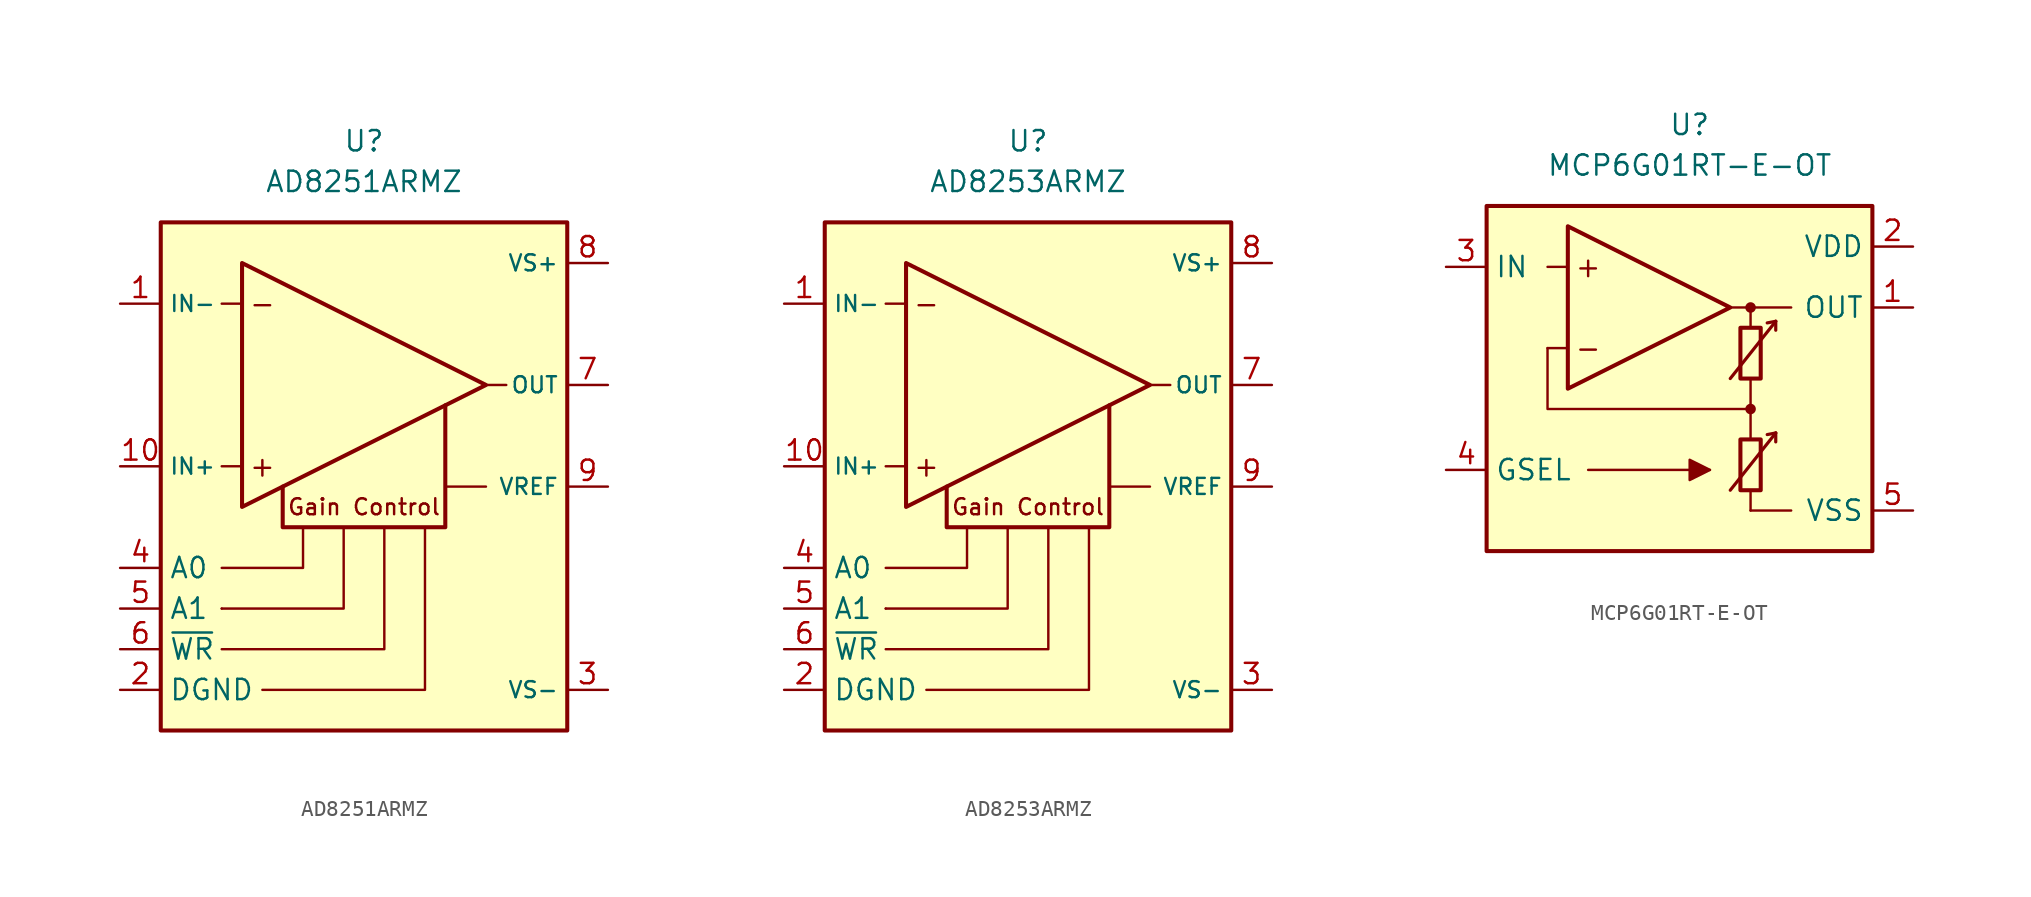
<source format=kicad_sym>
(kicad_symbol_lib
  (version 20211014)
  (generator kicad_symbol_editor)
  (symbol "AD8251ARMZ"
    (property "Reference" "U"
      (at 0 21.59 0)
      (effects (font (size 1.27 1.27))))
    (property "Value" "AD8251ARMZ"
      (at 0 19.05 0)
      (effects (font (size 1.27 1.27))))
    (symbol "AD8251ARMZ_1_0"
      (rectangle (start -12.7 16.51) (end 12.7 -15.24) (stroke (width 0.254) (type default) (color 0 0 0 0)) (fill (type background))))
    (symbol "AD8251ARMZ_1_1"
      (polyline (pts (xy -8.89 -7.62) (xy -8.89 -7.62)) (stroke (width 0.152) (type default) (color 0 0 0 0)) (fill (type none)))
      (polyline (pts (xy -7.62 1.27) (xy -8.89 1.27)) (stroke (width 0.152) (type default) (color 0 0 0 0)) (fill (type none)))
      (polyline (pts (xy -7.62 11.43) (xy -8.89 11.43)) (stroke (width 0.152) (type default) (color 0 0 0 0)) (fill (type none)))
      (polyline (pts (xy 5.08 0) (xy 7.62 0)) (stroke (width 0.152) (type default) (color 0 0 0 0)) (fill (type none)))
      (polyline (pts (xy 7.62 6.35) (xy 8.89 6.35)) (stroke (width 0.152) (type default) (color 0 0 0 0)) (fill (type none)))
      (polyline (pts (xy -8.89 -7.62) (xy -1.27 -7.62) (xy -1.27 -2.54)) (stroke (width 0.152) (type default) (color 0 0 0 0)) (fill (type none)))
      (polyline (pts (xy -6.35 -12.7) (xy 3.81 -12.7) (xy 3.81 -2.54)) (stroke (width 0.152) (type default) (color 0 0 0 0)) (fill (type none)))
      (polyline (pts (xy -3.81 -2.54) (xy -3.81 -5.08) (xy -8.89 -5.08)) (stroke (width 0.152) (type default) (color 0 0 0 0)) (fill (type none)))
      (polyline (pts (xy 1.27 -2.54) (xy 1.27 -10.16) (xy -8.89 -10.16)) (stroke (width 0.152) (type default) (color 0 0 0 0)) (fill (type none)))
      (polyline (pts (xy -7.62 13.97) (xy -7.62 -1.27) (xy 7.62 6.35) (xy -7.62 13.97)) (stroke (width 0.254) (type default) (color 0 0 0 0)) (fill (type none)))
      (polyline (pts (xy 5.08 5.08) (xy 5.08 -2.54) (xy -5.08 -2.54) (xy -5.08 0)) (stroke (width 0.254) (type default) (color 0 0 0 0)) (fill (type none)))
      (text "+" (at -6.35 1.27 0) (effects (font (size 1.27 1.27))))
      (text "-" (at -6.35 11.43 0) (effects (font (size 1.27 1.27))))
      (text "Gain Control" (at 0 -1.27 0) (effects (font (size 1 1))))
      (pin input line (at -15.24 11.43 0) (length 2.54) (name "IN-" (effects (font (size 1 1)))) (number "1" (effects (font (size 1.27 1.27)))))
      (pin input line (at -15.24 1.27 0) (length 2.54) (name "IN+" (effects (font (size 1 1)))) (number "10" (effects (font (size 1.27 1.27)))))
      (pin power_in line (at -15.24 -12.7 0) (length 2.54) (name "DGND" (effects (font (size 1.27 1.27)))) (number "2" (effects (font (size 1.27 1.27)))))
      (pin power_in line (at 15.24 -12.7 180) (length 2.54) (name "VS-" (effects (font (size 1 1)))) (number "3" (effects (font (size 1.27 1.27)))))
      (pin input line (at -15.24 -5.08 0) (length 2.54) (name "A0" (effects (font (size 1.27 1.27)))) (number "4" (effects (font (size 1.27 1.27)))))
      (pin input line (at -15.24 -7.62 0) (length 2.54) (name "A1" (effects (font (size 1.27 1.27)))) (number "5" (effects (font (size 1.27 1.27)))))
      (pin input line (at -15.24 -10.16 0) (length 2.54) (name "~{WR}" (effects (font (size 1.27 1.27)))) (number "6" (effects (font (size 1.27 1.27)))))
      (pin output line (at 15.24 6.35 180) (length 2.54) (name "OUT" (effects (font (size 1 1)))) (number "7" (effects (font (size 1.27 1.27)))))
      (pin power_in line (at 15.24 13.97 180) (length 2.54) (name "VS+" (effects (font (size 1 1)))) (number "8" (effects (font (size 1.27 1.27)))))
      (pin input line (at 15.24 0 180) (length 2.54) (name "VREF" (effects (font (size 1 1)))) (number "9" (effects (font (size 1.27 1.27)))))))
  (symbol "AD8253ARMZ"
    (property "Reference" "U"
      (at 0 21.59 0)
      (effects (font (size 1.27 1.27))))
    (property "Value" "AD8253ARMZ"
      (at 0 19.05 0)
      (effects (font (size 1.27 1.27))))
    (symbol "AD8253ARMZ_1_0"
      (rectangle (start -12.7 16.51) (end 12.7 -15.24) (stroke (width 0.254) (type default) (color 0 0 0 0)) (fill (type background))))
    (symbol "AD8253ARMZ_1_1"
      (polyline (pts (xy -8.89 -7.62) (xy -8.89 -7.62)) (stroke (width 0.152) (type default) (color 0 0 0 0)) (fill (type none)))
      (polyline (pts (xy -7.62 1.27) (xy -8.89 1.27)) (stroke (width 0.152) (type default) (color 0 0 0 0)) (fill (type none)))
      (polyline (pts (xy -7.62 11.43) (xy -8.89 11.43)) (stroke (width 0.152) (type default) (color 0 0 0 0)) (fill (type none)))
      (polyline (pts (xy 5.08 0) (xy 7.62 0)) (stroke (width 0.152) (type default) (color 0 0 0 0)) (fill (type none)))
      (polyline (pts (xy 7.62 6.35) (xy 8.89 6.35)) (stroke (width 0.152) (type default) (color 0 0 0 0)) (fill (type none)))
      (polyline (pts (xy -8.89 -7.62) (xy -1.27 -7.62) (xy -1.27 -2.54)) (stroke (width 0.152) (type default) (color 0 0 0 0)) (fill (type none)))
      (polyline (pts (xy -6.35 -12.7) (xy 3.81 -12.7) (xy 3.81 -2.54)) (stroke (width 0.152) (type default) (color 0 0 0 0)) (fill (type none)))
      (polyline (pts (xy -3.81 -2.54) (xy -3.81 -5.08) (xy -8.89 -5.08)) (stroke (width 0.152) (type default) (color 0 0 0 0)) (fill (type none)))
      (polyline (pts (xy 1.27 -2.54) (xy 1.27 -10.16) (xy -8.89 -10.16)) (stroke (width 0.152) (type default) (color 0 0 0 0)) (fill (type none)))
      (polyline (pts (xy -7.62 13.97) (xy -7.62 -1.27) (xy 7.62 6.35) (xy -7.62 13.97)) (stroke (width 0.254) (type default) (color 0 0 0 0)) (fill (type none)))
      (polyline (pts (xy 5.08 5.08) (xy 5.08 -2.54) (xy -5.08 -2.54) (xy -5.08 0)) (stroke (width 0.254) (type default) (color 0 0 0 0)) (fill (type none)))
      (text "+" (at -6.35 1.27 0) (effects (font (size 1.27 1.27))))
      (text "-" (at -6.35 11.43 0) (effects (font (size 1.27 1.27))))
      (text "Gain Control" (at 0 -1.27 0) (effects (font (size 1 1))))
      (pin input line (at -15.24 11.43 0) (length 2.54) (name "IN-" (effects (font (size 1 1)))) (number "1" (effects (font (size 1.27 1.27)))))
      (pin input line (at -15.24 1.27 0) (length 2.54) (name "IN+" (effects (font (size 1 1)))) (number "10" (effects (font (size 1.27 1.27)))))
      (pin power_in line (at -15.24 -12.7 0) (length 2.54) (name "DGND" (effects (font (size 1.27 1.27)))) (number "2" (effects (font (size 1.27 1.27)))))
      (pin power_in line (at 15.24 -12.7 180) (length 2.54) (name "VS-" (effects (font (size 1 1)))) (number "3" (effects (font (size 1.27 1.27)))))
      (pin input line (at -15.24 -5.08 0) (length 2.54) (name "A0" (effects (font (size 1.27 1.27)))) (number "4" (effects (font (size 1.27 1.27)))))
      (pin input line (at -15.24 -7.62 0) (length 2.54) (name "A1" (effects (font (size 1.27 1.27)))) (number "5" (effects (font (size 1.27 1.27)))))
      (pin input line (at -15.24 -10.16 0) (length 2.54) (name "~{WR}" (effects (font (size 1.27 1.27)))) (number "6" (effects (font (size 1.27 1.27)))))
      (pin output line (at 15.24 6.35 180) (length 2.54) (name "OUT" (effects (font (size 1 1)))) (number "7" (effects (font (size 1.27 1.27)))))
      (pin power_in line (at 15.24 13.97 180) (length 2.54) (name "VS+" (effects (font (size 1 1)))) (number "8" (effects (font (size 1.27 1.27)))))
      (pin input line (at 15.24 0 180) (length 2.54) (name "VREF" (effects (font (size 1 1)))) (number "9" (effects (font (size 1.27 1.27)))))))
  (symbol "MCP6G01RT-E-OT"
    (property "Reference" "U"
      (at 0 16.51 0)
      (effects (font (size 1.27 1.27))))
    (property "Value" "MCP6G01RT-E-OT"
      (at 0 13.97 0)
      (effects (font (size 1.27 1.27))))
    (symbol "MCP6G01RT-E-OT_0_0"
      (rectangle (start -12.7 11.43) (end 11.43 -10.16) (stroke (width 0.254) (type default) (color 0 0 0 0)) (fill (type background)))
      (polyline (pts (xy 3.81 -3.81)) (stroke (width 0.152) (type default) (color 0 0 0 0)) (fill (type none)))
      (polyline (pts (xy 3.81 3.81)) (stroke (width 0.152) (type default) (color 0 0 0 0)) (fill (type none)))
      (polyline (pts (xy -7.62 2.54) (xy -8.89 2.54)) (stroke (width 0.152) (type default) (color 0 0 0 0)) (fill (type none)))
      (polyline (pts (xy -7.62 7.62) (xy -8.89 7.62)) (stroke (width 0.152) (type default) (color 0 0 0 0)) (fill (type none)))
      (polyline (pts (xy 2.54 5.08) (xy 6.35 5.08)) (stroke (width 0.152) (type default) (color 0 0 0 0)) (fill (type none)))
      (polyline (pts (xy 3.81 -7.62) (xy 6.35 -7.62)) (stroke (width 0.152) (type default) (color 0 0 0 0)) (fill (type none)))
      (polyline (pts (xy 3.81 -6.35) (xy 3.81 -7.62)) (stroke (width 0.152) (type default) (color 0 0 0 0)) (fill (type none)))
      (polyline (pts (xy 3.81 -1.27) (xy 3.81 -3.175)) (stroke (width 0.152) (type default) (color 0 0 0 0)) (fill (type none)))
      (polyline (pts (xy 3.81 0.635) (xy 3.81 -1.27)) (stroke (width 0.152) (type default) (color 0 0 0 0)) (fill (type none)))
      (polyline (pts (xy 3.81 5.08) (xy 3.81 3.81)) (stroke (width 0.152) (type default) (color 0 0 0 0)) (fill (type none)))
      (polyline (pts (xy 3.81 -1.27) (xy -8.89 -1.27) (xy -8.89 2.54)) (stroke (width 0.152) (type default) (color 0 0 0 0)) (fill (type none)))
      (circle (center 3.81 -1.27) (radius 0.254) (stroke (width 0.152) (type default) (color 0 0 0 0)) (fill (type outline)))
      (circle (center 3.81 5.08) (radius 0.254) (stroke (width 0.152) (type default) (color 0 0 0 0)) (fill (type outline)))
      (text "+" (at -6.35 7.62 0) (effects (font (size 1.27 1.27))))
      (text "-" (at -6.35 2.54 0) (effects (font (size 1.27 1.27)))))
    (symbol "MCP6G01RT-E-OT_0_1"
      (polyline (pts (xy -6.35 -5.08) (xy 1.27 -5.08)) (stroke (width 0.152) (type default) (color 0 0 0 0)) (fill (type none)))
      (polyline (pts (xy 5.385 -2.769) (xy 4.851 -2.87)) (stroke (width 0.2) (type default) (color 0 0 0 0)) (fill (type none)))
      (polyline (pts (xy 5.385 -2.769) (xy 5.385 -3.327)) (stroke (width 0.2) (type default) (color 0 0 0 0)) (fill (type none)))
      (polyline (pts (xy 5.385 4.216) (xy 4.851 4.115)) (stroke (width 0.2) (type default) (color 0 0 0 0)) (fill (type none)))
      (polyline (pts (xy 5.385 4.216) (xy 5.385 3.658)) (stroke (width 0.2) (type default) (color 0 0 0 0)) (fill (type none)))
      (polyline (pts (xy -7.62 10.16) (xy -7.62 0) (xy 2.54 5.08) (xy -7.62 10.16)) (stroke (width 0.254) (type default) (color 0 0 0 0)) (fill (type background)))
      (polyline (pts (xy 2.54 -6.35) (xy 5.385 -2.769) (xy 5.385 -2.769) (xy 5.385 -2.769)) (stroke (width 0.2) (type default) (color 0 0 0 0)) (fill (type none)))
      (polyline (pts (xy 2.54 0.635) (xy 5.385 4.216) (xy 5.385 4.216) (xy 5.385 4.216)) (stroke (width 0.2) (type default) (color 0 0 0 0)) (fill (type none)))
      (polyline (pts (xy 1.27 -5.08) (xy 0 -4.445) (xy 0 -5.715) (xy 1.27 -5.08) (xy 0 -4.445)) (stroke (width 0.152) (type default) (color 0 0 0 0)) (fill (type outline)))
      (rectangle (start 3.175 -3.175) (end 4.445 -6.35) (stroke (width 0.254) (type default) (color 0 0 0 0)) (fill (type none)))
      (rectangle (start 3.175 3.81) (end 4.445 0.635) (stroke (width 0.254) (type default) (color 0 0 0 0)) (fill (type none))))
    (symbol "MCP6G01RT-E-OT_1_1"
      (pin output line (at 13.97 5.08 180) (length 2.54) (name "OUT" (effects (font (size 1.27 1.27)))) (number "1" (effects (font (size 1.27 1.27)))))
      (pin power_in line (at 13.97 8.89 180) (length 2.54) (name "VDD" (effects (font (size 1.27 1.27)))) (number "2" (effects (font (size 1.27 1.27)))))
      (pin input line (at -15.24 7.62 0) (length 2.54) (name "IN" (effects (font (size 1.27 1.27)))) (number "3" (effects (font (size 1.27 1.27)))))
      (pin input line (at -15.24 -5.08 0) (length 2.54) (name "GSEL" (effects (font (size 1.27 1.27)))) (number "4" (effects (font (size 1.27 1.27)))))
      (pin power_in line (at 13.97 -7.62 180) (length 2.54) (name "VSS" (effects (font (size 1.27 1.27)))) (number "5" (effects (font (size 1.27 1.27))))))))
</source>
